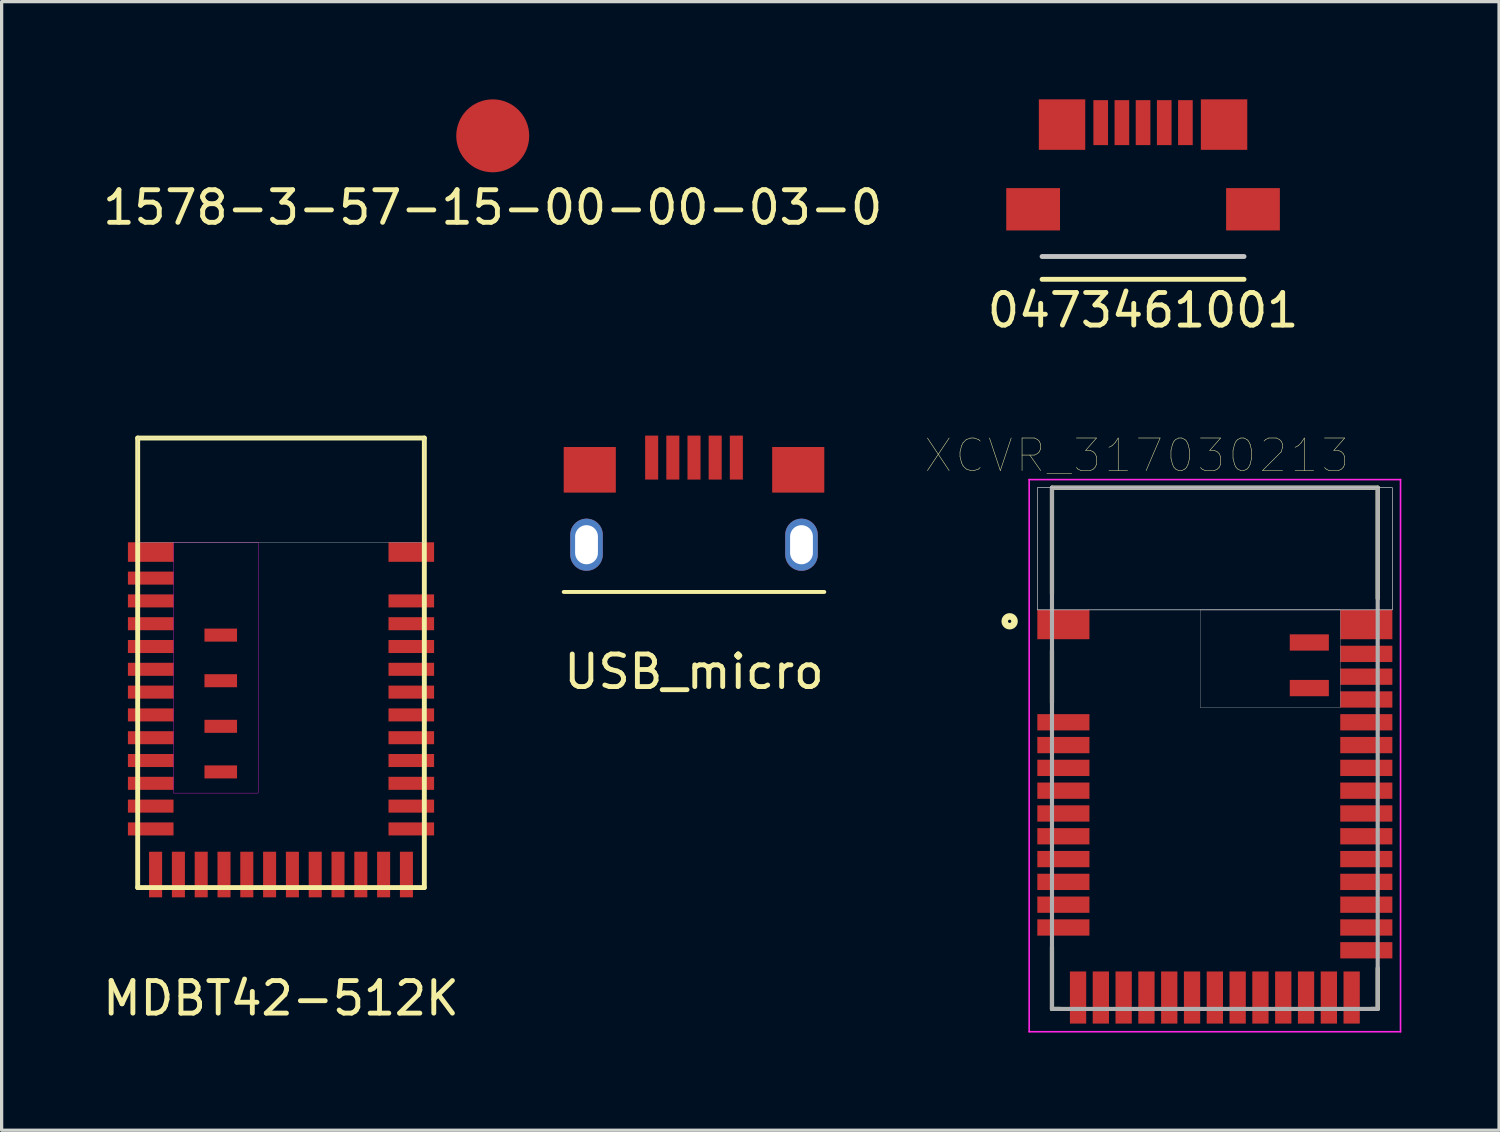
<source format=kicad_pcb>
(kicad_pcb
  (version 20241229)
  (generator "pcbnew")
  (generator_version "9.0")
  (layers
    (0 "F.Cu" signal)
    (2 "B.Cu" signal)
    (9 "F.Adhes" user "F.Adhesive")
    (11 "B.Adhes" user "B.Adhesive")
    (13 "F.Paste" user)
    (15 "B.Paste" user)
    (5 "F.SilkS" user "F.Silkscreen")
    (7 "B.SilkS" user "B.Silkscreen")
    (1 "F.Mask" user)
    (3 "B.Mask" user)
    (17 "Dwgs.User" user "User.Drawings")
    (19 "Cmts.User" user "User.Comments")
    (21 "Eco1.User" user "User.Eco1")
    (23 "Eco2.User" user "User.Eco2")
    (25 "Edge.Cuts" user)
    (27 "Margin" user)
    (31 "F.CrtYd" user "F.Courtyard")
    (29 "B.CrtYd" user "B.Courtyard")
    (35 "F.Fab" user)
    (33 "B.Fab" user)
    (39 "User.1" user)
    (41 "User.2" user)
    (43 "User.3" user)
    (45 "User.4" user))
  (footprint "1578-3-57-15-00-00-03-0"
    (layer "F.Cu")
    (at 12.077 1.12)
    (property "Reference" "1578-3-57-15-00-00-03-0" (at 0 2.2 0) (layer "F.SilkS") (effects (font (size 1 1) (thickness 0.15))))
    (attr through_hole)
    (pad "1" smd circle (at 0 0) (size 2.24 2.24) (layers "F.Cu" "F.Mask" "F.Paste")))
  (footprint "0473461001"
    (layer "F.Cu")
    (at 32.042 3.375)
    (property "Reference" "0473461001" (at 0 3.1 0) (layer "F.SilkS") (effects (font (size 1 1) (thickness 0.15))))
    (attr through_hole)
    (fp_line (start -3.1 2.15) (end 3.1 2.15) (stroke (width 0.15) (type solid)) (layer "F.SilkS"))
    (fp_line (start -3.1 1.45) (end 3.1 1.45) (stroke (width 0.15) (type solid)) (layer "Dwgs.User"))
    (pad "1" smd rect (at -1.3 -2.66) (size 0.45 1.38) (layers "F.Cu" "F.Mask" "F.Paste"))
    (pad "2" smd rect (at -0.65 -2.66) (size 0.45 1.38) (layers "F.Cu" "F.Mask" "F.Paste"))
    (pad "3" smd rect (at 0 -2.66) (size 0.45 1.38) (layers "F.Cu" "F.Mask" "F.Paste"))
    (pad "4" smd rect (at 0.65 -2.66) (size 0.45 1.38) (layers "F.Cu" "F.Mask" "F.Paste"))
    (pad "5" smd rect (at 1.3 -2.66) (size 0.45 1.38) (layers "F.Cu" "F.Mask" "F.Paste"))
    (pad "6" smd rect (at -3.375 0) (size 1.65 1.3) (layers "F.Cu" "F.Mask" "F.Paste"))
    (pad "6" smd rect (at -2.487 -2.6) (size 1.425 1.55) (layers "F.Cu" "F.Mask" "F.Paste"))
    (pad "6" smd rect (at 2.487 -2.6) (size 1.425 1.55) (layers "F.Cu" "F.Mask" "F.Paste"))
    (pad "6" smd rect (at 3.375 0) (size 1.65 1.3) (layers "F.Cu" "F.Mask" "F.Paste")))
  (footprint "XCVR_317030213"
    (layer "F.Cu")
    (at 34.246 19.924)
    (property "Reference" "XCVR_317030213" (at -2.395 -8.989 0) (layer "F.SilkS") (effects (font (size 1 1) (thickness 0.015))))
    (attr through_hole)
    (fp_line (start -5 -8) (end 5 -8) (stroke (width 0.127) (type solid)) (layer "F.SilkS"))
    (fp_line (start -5 -4.75) (end -5 -8) (stroke (width 0.127) (type solid)) (layer "F.SilkS"))
    (fp_line (start -5 -3) (end -5 -1.4) (stroke (width 0.127) (type solid)) (layer "F.SilkS"))
    (fp_line (start -5 6.1) (end -5 8) (stroke (width 0.127) (type solid)) (layer "F.SilkS"))
    (fp_line (start -5 8) (end -4.75 8) (stroke (width 0.127) (type solid)) (layer "F.SilkS"))
    (fp_line (start 5 -8) (end 5 -4.6) (stroke (width 0.127) (type solid)) (layer "F.SilkS"))
    (fp_line (start 5 6.75) (end 5 8) (stroke (width 0.127) (type solid)) (layer "F.SilkS"))
    (fp_line (start 5 8) (end 4.8 8) (stroke (width 0.127) (type solid)) (layer "F.SilkS"))
    (fp_circle (center -6.3 -3.9) (end -6.15 -3.9) (stroke (width 0.2) (type solid)) (fill no) (layer "F.SilkS"))
    (fp_poly (pts (xy -5.45 -8) (xy 5.45 -8) (xy 5.45 -4.25) (xy -5.45 -4.25)) (stroke (width 0.01) (type solid)) (fill no) (layer "Dwgs.User"))
    (fp_poly (pts (xy -5.45 -8) (xy 5.45 -8) (xy 5.45 -4.25) (xy -5.45 -4.25)) (stroke (width 0.01) (type solid)) (fill no) (layer "Dwgs.User"))
    (fp_poly (pts (xy -5.45 -8) (xy 5.45 -8) (xy 5.45 -4.25) (xy -5.45 -4.25)) (stroke (width 0.01) (type solid)) (fill no) (layer "Dwgs.User"))
    (fp_line (start -5.7 -8.25) (end 5.7 -8.25) (stroke (width 0.05) (type solid)) (layer "F.CrtYd"))
    (fp_line (start -5.7 8.7) (end -5.7 -8.25) (stroke (width 0.05) (type solid)) (layer "F.CrtYd"))
    (fp_line (start 5.7 -8.25) (end 5.7 8.7) (stroke (width 0.05) (type solid)) (layer "F.CrtYd"))
    (fp_line (start 5.7 8.7) (end -5.7 8.7) (stroke (width 0.05) (type solid)) (layer "F.CrtYd"))
    (fp_line (start -5 -8) (end 5 -8) (stroke (width 0.127) (type solid)) (layer "F.Fab"))
    (fp_line (start -5 8) (end -5 -8) (stroke (width 0.127) (type solid)) (layer "F.Fab"))
    (fp_line (start 5 -8) (end 5 8) (stroke (width 0.127) (type solid)) (layer "F.Fab"))
    (fp_line (start 5 8) (end -5 8) (stroke (width 0.127) (type solid)) (layer "F.Fab"))
    (fp_poly (pts (xy -0.45 -4.25) (xy 3.85 -4.25) (xy 3.85 -1.25) (xy -0.45 -1.25)) (stroke (width 0.01) (type solid)) (fill no) (layer "F.Fab"))
    (pad "1" smd rect (at -4.65 -3.8) (size 1.6 0.9) (layers "F.Cu" "F.Mask" "F.Paste"))
    (pad "2" smd rect (at -4.65 -0.8) (size 1.6 0.5) (layers "F.Cu" "F.Mask" "F.Paste"))
    (pad "3" smd rect (at -4.65 -0.1) (size 1.6 0.5) (layers "F.Cu" "F.Mask" "F.Paste"))
    (pad "4" smd rect (at -4.65 0.6) (size 1.6 0.5) (layers "F.Cu" "F.Mask" "F.Paste"))
    (pad "5" smd rect (at -4.65 1.3) (size 1.6 0.5) (layers "F.Cu" "F.Mask" "F.Paste"))
    (pad "6" smd rect (at -4.65 2) (size 1.6 0.5) (layers "F.Cu" "F.Mask" "F.Paste"))
    (pad "7" smd rect (at -4.65 2.7) (size 1.6 0.5) (layers "F.Cu" "F.Mask" "F.Paste"))
    (pad "8" smd rect (at -4.65 3.4) (size 1.6 0.5) (layers "F.Cu" "F.Mask" "F.Paste"))
    (pad "9" smd rect (at -4.65 4.1) (size 1.6 0.5) (layers "F.Cu" "F.Mask" "F.Paste"))
    (pad "10" smd rect (at -4.65 4.8) (size 1.6 0.5) (layers "F.Cu" "F.Mask" "F.Paste"))
    (pad "11" smd rect (at -4.65 5.5) (size 1.6 0.5) (layers "F.Cu" "F.Mask" "F.Paste"))
    (pad "12" smd rect (at -4.2 7.65) (size 0.5 1.6) (layers "F.Cu" "F.Mask" "F.Paste"))
    (pad "13" smd rect (at -3.5 7.65) (size 0.5 1.6) (layers "F.Cu" "F.Mask" "F.Paste"))
    (pad "14" smd rect (at -2.8 7.65) (size 0.5 1.6) (layers "F.Cu" "F.Mask" "F.Paste"))
    (pad "15" smd rect (at -2.1 7.65) (size 0.5 1.6) (layers "F.Cu" "F.Mask" "F.Paste"))
    (pad "16" smd rect (at -1.4 7.65) (size 0.5 1.6) (layers "F.Cu" "F.Mask" "F.Paste"))
    (pad "17" smd rect (at -0.7 7.65) (size 0.5 1.6) (layers "F.Cu" "F.Mask" "F.Paste"))
    (pad "18" smd rect (at 0 7.65) (size 0.5 1.6) (layers "F.Cu" "F.Mask" "F.Paste"))
    (pad "19" smd rect (at 0.7 7.65) (size 0.5 1.6) (layers "F.Cu" "F.Mask" "F.Paste"))
    (pad "20" smd rect (at 1.4 7.65) (size 0.5 1.6) (layers "F.Cu" "F.Mask" "F.Paste"))
    (pad "21" smd rect (at 2.1 7.65) (size 0.5 1.6) (layers "F.Cu" "F.Mask" "F.Paste"))
    (pad "22" smd rect (at 2.8 7.65) (size 0.5 1.6) (layers "F.Cu" "F.Mask" "F.Paste"))
    (pad "23" smd rect (at 3.5 7.65) (size 0.5 1.6) (layers "F.Cu" "F.Mask" "F.Paste"))
    (pad "24" smd rect (at 4.2 7.65) (size 0.5 1.6) (layers "F.Cu" "F.Mask" "F.Paste"))
    (pad "25" smd rect (at 4.65 6.2) (size 1.6 0.5) (layers "F.Cu" "F.Mask" "F.Paste"))
    (pad "26" smd rect (at 4.65 5.5) (size 1.6 0.5) (layers "F.Cu" "F.Mask" "F.Paste"))
    (pad "27" smd rect (at 4.65 4.8) (size 1.6 0.5) (layers "F.Cu" "F.Mask" "F.Paste"))
    (pad "28" smd rect (at 4.65 4.1) (size 1.6 0.5) (layers "F.Cu" "F.Mask" "F.Paste"))
    (pad "29" smd rect (at 4.65 3.4) (size 1.6 0.5) (layers "F.Cu" "F.Mask" "F.Paste"))
    (pad "30" smd rect (at 4.65 2.7) (size 1.6 0.5) (layers "F.Cu" "F.Mask" "F.Paste"))
    (pad "31" smd rect (at 4.65 2) (size 1.6 0.5) (layers "F.Cu" "F.Mask" "F.Paste"))
    (pad "32" smd rect (at 4.65 1.3) (size 1.6 0.5) (layers "F.Cu" "F.Mask" "F.Paste"))
    (pad "33" smd rect (at 4.65 0.6) (size 1.6 0.5) (layers "F.Cu" "F.Mask" "F.Paste"))
    (pad "34" smd rect (at 4.65 -0.1) (size 1.6 0.5) (layers "F.Cu" "F.Mask" "F.Paste"))
    (pad "35" smd rect (at 4.65 -0.8) (size 1.6 0.5) (layers "F.Cu" "F.Mask" "F.Paste"))
    (pad "36" smd rect (at 4.65 -1.5) (size 1.6 0.5) (layers "F.Cu" "F.Mask" "F.Paste"))
    (pad "37" smd rect (at 4.65 -2.2) (size 1.6 0.5) (layers "F.Cu" "F.Mask" "F.Paste"))
    (pad "38" smd rect (at 4.65 -2.9) (size 1.6 0.5) (layers "F.Cu" "F.Mask" "F.Paste"))
    (pad "39" smd rect (at 4.65 -3.8) (size 1.6 0.9) (layers "F.Cu" "F.Mask" "F.Paste"))
    (pad "40" smd rect (at 2.9 -3.25) (size 1.2 0.5) (layers "F.Cu" "F.Mask" "F.Paste"))
    (pad "41" smd rect (at 2.9 -1.85) (size 1.2 0.5) (layers "F.Cu" "F.Mask" "F.Paste")))
  (footprint "MDBT42-512K"
    (layer "F.Cu")
    (at 5.577 17.298)
    (property "Reference" "MDBT42-512K" (at 0 10.3 0) (layer "F.SilkS") (effects (font (size 1 1) (thickness 0.15))))
    (attr through_hole)
    (fp_line (start -4.4 -6.9) (end -4.4 6.9) (stroke (width 0.15) (type solid)) (layer "F.SilkS"))
    (fp_line (start -4.4 -6.9) (end 4.4 -6.9) (stroke (width 0.15) (type solid)) (layer "F.SilkS"))
    (fp_line (start -4.4 6.9) (end 4.4 6.9) (stroke (width 0.15) (type solid)) (layer "F.SilkS"))
    (fp_line (start 4.4 -6.9) (end 4.4 6.9) (stroke (width 0.15) (type solid)) (layer "F.SilkS"))
    (fp_poly (pts (xy 4.4 -3.7) (xy -4.4 -3.7) (xy -4.4 -6.9) (xy 4.4 -6.9)) (stroke (width 0.01) (type solid)) (fill no) (layer "Dwgs.User"))
    (fp_poly (pts (xy -0.7 4) (xy -3.3 4) (xy -3.3 -3.7) (xy -0.7 -3.7)) (stroke (width 0.01) (type solid)) (fill no) (layer "F.CrtYd"))
    (pad "1" smd rect (at -4 -3.4) (size 1.4 0.6) (layers "F.Cu" "F.Mask" "F.Paste"))
    (pad "2" smd rect (at -4 -2.6) (size 1.4 0.4) (layers "F.Cu" "F.Mask" "F.Paste"))
    (pad "3" smd rect (at -4 -1.9) (size 1.4 0.4) (layers "F.Cu" "F.Mask" "F.Paste"))
    (pad "4" smd rect (at -4 -1.2) (size 1.4 0.4) (layers "F.Cu" "F.Mask" "F.Paste"))
    (pad "5" smd rect (at -4 -0.5) (size 1.4 0.4) (layers "F.Cu" "F.Mask" "F.Paste"))
    (pad "6" smd rect (at -4 0.2) (size 1.4 0.4) (layers "F.Cu" "F.Mask" "F.Paste"))
    (pad "7" smd rect (at -4 0.9) (size 1.4 0.4) (layers "F.Cu" "F.Mask" "F.Paste"))
    (pad "8" smd rect (at -4 1.6) (size 1.4 0.4) (layers "F.Cu" "F.Mask" "F.Paste"))
    (pad "9" smd rect (at -4 2.3) (size 1.4 0.4) (layers "F.Cu" "F.Mask" "F.Paste"))
    (pad "10" smd rect (at -4 3) (size 1.4 0.4) (layers "F.Cu" "F.Mask" "F.Paste"))
    (pad "11" smd rect (at -4 3.7) (size 1.4 0.4) (layers "F.Cu" "F.Mask" "F.Paste"))
    (pad "12" smd rect (at -4 4.4) (size 1.4 0.4) (layers "F.Cu" "F.Mask" "F.Paste"))
    (pad "13" smd rect (at -4 5.1) (size 1.4 0.4) (layers "F.Cu" "F.Mask" "F.Paste"))
    (pad "14" smd rect (at -3.85 6.5) (size 0.4 1.4) (layers "F.Cu" "F.Mask" "F.Paste"))
    (pad "15" smd rect (at -3.15 6.5) (size 0.4 1.4) (layers "F.Cu" "F.Mask" "F.Paste"))
    (pad "16" smd rect (at -2.45 6.5) (size 0.4 1.4) (layers "F.Cu" "F.Mask" "F.Paste"))
    (pad "17" smd rect (at -1.75 6.5) (size 0.4 1.4) (layers "F.Cu" "F.Mask" "F.Paste"))
    (pad "18" smd rect (at -1.05 6.5) (size 0.4 1.4) (layers "F.Cu" "F.Mask" "F.Paste"))
    (pad "19" smd rect (at -0.35 6.5) (size 0.4 1.4) (layers "F.Cu" "F.Mask" "F.Paste"))
    (pad "20" smd rect (at 0.35 6.5) (size 0.4 1.4) (layers "F.Cu" "F.Mask" "F.Paste"))
    (pad "21" smd rect (at 1.05 6.5) (size 0.4 1.4) (layers "F.Cu" "F.Mask" "F.Paste"))
    (pad "22" smd rect (at 1.75 6.5) (size 0.4 1.4) (layers "F.Cu" "F.Mask" "F.Paste"))
    (pad "23" smd rect (at 2.45 6.5) (size 0.4 1.4) (layers "F.Cu" "F.Mask" "F.Paste"))
    (pad "24" smd rect (at 3.15 6.5) (size 0.4 1.4) (layers "F.Cu" "F.Mask" "F.Paste"))
    (pad "25" smd rect (at 3.85 6.5) (size 0.4 1.4) (layers "F.Cu" "F.Mask" "F.Paste"))
    (pad "26" smd rect (at 4 5.1) (size 1.4 0.4) (layers "F.Cu" "F.Mask" "F.Paste"))
    (pad "27" smd rect (at 4 4.4) (size 1.4 0.4) (layers "F.Cu" "F.Mask" "F.Paste"))
    (pad "28" smd rect (at 4 3.7) (size 1.4 0.4) (layers "F.Cu" "F.Mask" "F.Paste"))
    (pad "29" smd rect (at 4 3) (size 1.4 0.4) (layers "F.Cu" "F.Mask" "F.Paste"))
    (pad "30" smd rect (at 4 2.3) (size 1.4 0.4) (layers "F.Cu" "F.Mask" "F.Paste"))
    (pad "31" smd rect (at 4 1.6) (size 1.4 0.4) (layers "F.Cu" "F.Mask" "F.Paste"))
    (pad "32" smd rect (at 4 0.9) (size 1.4 0.4) (layers "F.Cu" "F.Mask" "F.Paste"))
    (pad "33" smd rect (at 4 0.2) (size 1.4 0.4) (layers "F.Cu" "F.Mask" "F.Paste"))
    (pad "34" smd rect (at 4 -0.5) (size 1.4 0.4) (layers "F.Cu" "F.Mask" "F.Paste"))
    (pad "35" smd rect (at 4 -1.2) (size 1.4 0.4) (layers "F.Cu" "F.Mask" "F.Paste"))
    (pad "36" smd rect (at 4 -1.9) (size 1.4 0.4) (layers "F.Cu" "F.Mask" "F.Paste"))
    (pad "37" smd rect (at 4 -3.4) (size 1.4 0.6) (layers "F.Cu" "F.Mask" "F.Paste"))
    (pad "38" smd rect (at -1.85 -0.85) (size 1 0.4) (layers "F.Cu" "F.Mask" "F.Paste"))
    (pad "39" smd rect (at -1.85 0.55) (size 1 0.4) (layers "F.Cu" "F.Mask" "F.Paste"))
    (pad "40" smd rect (at -1.85 1.95) (size 1 0.4) (layers "F.Cu" "F.Mask" "F.Paste"))
    (pad "41" smd rect (at -1.85 3.35) (size 1 0.4) (layers "F.Cu" "F.Mask" "F.Paste")))
  (footprint "USB_micro"
    (layer "F.Cu")
    (at 18.256 13.673)
    (property "Reference" "USB_micro" (at 0 3.9 0) (layer "F.SilkS") (effects (font (size 1 1) (thickness 0.15))))
    (attr through_hole)
    (fp_line (start -4 1.45) (end 4 1.45) (stroke (width 0.12) (type solid)) (layer "F.SilkS"))
    (pad "1" smd rect (at -1.3 -2.675) (size 0.4 1.35) (layers "F.Cu" "F.Mask" "F.Paste"))
    (pad "2" smd rect (at -0.65 -2.675) (size 0.4 1.35) (layers "F.Cu" "F.Mask" "F.Paste"))
    (pad "3" smd rect (at 0 -2.675) (size 0.4 1.35) (layers "F.Cu" "F.Mask" "F.Paste"))
    (pad "4" smd rect (at 0.65 -2.675) (size 0.4 1.35) (layers "F.Cu" "F.Mask" "F.Paste"))
    (pad "5" smd rect (at 1.3 -2.675) (size 0.4 1.35) (layers "F.Cu" "F.Mask" "F.Paste"))
    (pad "6" thru_hole oval (at -3.3 0) (size 1 1.6) (drill oval 0.7 1.2) (layers "*.Cu" "*.Mask"))
    (pad "6" smd rect (at -3.2 -2.3) (size 1.6 1.4) (layers "F.Cu" "F.Mask" "F.Paste"))
    (pad "6" smd rect (at 3.2 -2.3) (size 1.6 1.4) (layers "F.Cu" "F.Mask" "F.Paste"))
    (pad "6" thru_hole oval (at 3.3 0) (size 1 1.6) (drill oval 0.7 1.2) (layers "*.Cu" "*.Mask")))
  (gr_rect
    (start -3 -3)
    (end 42.971 31.649)
    (stroke (width 0.1) (type default))
    (fill no)
    (layer "Edge.Cuts")))
</source>
